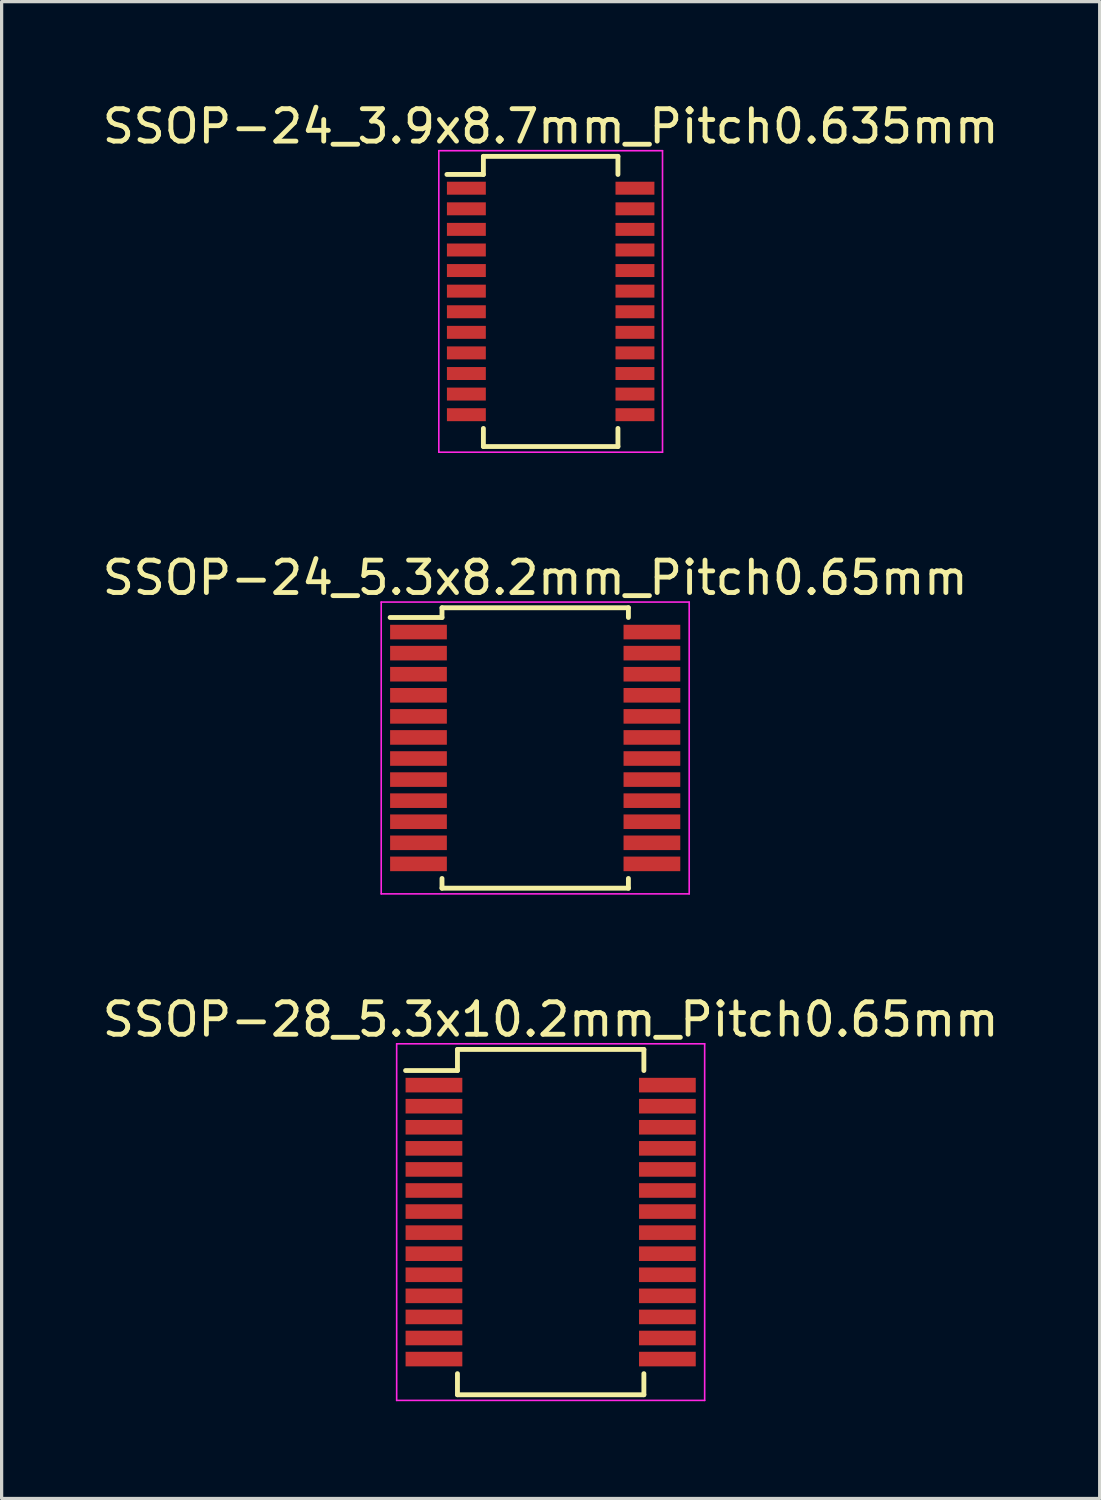
<source format=kicad_pcb>
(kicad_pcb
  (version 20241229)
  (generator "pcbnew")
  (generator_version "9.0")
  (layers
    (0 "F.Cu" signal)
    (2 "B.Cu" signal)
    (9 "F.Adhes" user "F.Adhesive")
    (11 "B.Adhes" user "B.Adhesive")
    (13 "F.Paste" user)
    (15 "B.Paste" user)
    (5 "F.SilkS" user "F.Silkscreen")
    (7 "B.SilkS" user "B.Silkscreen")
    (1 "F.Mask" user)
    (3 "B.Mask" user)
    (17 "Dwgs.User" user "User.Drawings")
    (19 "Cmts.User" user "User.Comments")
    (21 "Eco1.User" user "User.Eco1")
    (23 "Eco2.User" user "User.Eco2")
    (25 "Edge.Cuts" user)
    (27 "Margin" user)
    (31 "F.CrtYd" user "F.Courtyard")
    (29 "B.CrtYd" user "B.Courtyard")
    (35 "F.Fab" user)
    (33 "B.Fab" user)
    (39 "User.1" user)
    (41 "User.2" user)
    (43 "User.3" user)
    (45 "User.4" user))
  (footprint "SSOP-28_5.3x10.2mm_Pitch0.65mm"
    (layer "F.Cu")
    (at 13.935 34.645)
    (property "Reference" "SSOP-28_5.3x10.2mm_Pitch0.65mm" (at 0 -6.25 0) (layer "F.SilkS") (effects (font (size 1 1) (thickness 0.15))))
    (attr smd)
    (fp_line (start -2.875 -5.325) (end -2.875 -4.675) (stroke (width 0.15) (type solid)) (layer "F.SilkS"))
    (fp_line (start -2.875 -5.325) (end 2.875 -5.325) (stroke (width 0.15) (type solid)) (layer "F.SilkS"))
    (fp_line (start -2.875 -4.675) (end -4.475 -4.675) (stroke (width 0.15) (type solid)) (layer "F.SilkS"))
    (fp_line (start -2.875 5.325) (end -2.875 4.675) (stroke (width 0.15) (type solid)) (layer "F.SilkS"))
    (fp_line (start -2.875 5.325) (end 2.875 5.325) (stroke (width 0.15) (type solid)) (layer "F.SilkS"))
    (fp_line (start 2.875 -5.325) (end 2.875 -4.675) (stroke (width 0.15) (type solid)) (layer "F.SilkS"))
    (fp_line (start 2.875 5.325) (end 2.875 4.675) (stroke (width 0.15) (type solid)) (layer "F.SilkS"))
    (fp_line (start -4.75 -5.5) (end -4.75 5.5) (stroke (width 0.05) (type solid)) (layer "F.CrtYd"))
    (fp_line (start -4.75 -5.5) (end 4.75 -5.5) (stroke (width 0.05) (type solid)) (layer "F.CrtYd"))
    (fp_line (start -4.75 5.5) (end 4.75 5.5) (stroke (width 0.05) (type solid)) (layer "F.CrtYd"))
    (fp_line (start 4.75 -5.5) (end 4.75 5.5) (stroke (width 0.05) (type solid)) (layer "F.CrtYd"))
    (pad "1" smd rect (at -3.6 -4.225) (size 1.75 0.45) (layers "F.Cu" "F.Mask" "F.Paste"))
    (pad "2" smd rect (at -3.6 -3.575) (size 1.75 0.45) (layers "F.Cu" "F.Mask" "F.Paste"))
    (pad "3" smd rect (at -3.6 -2.925) (size 1.75 0.45) (layers "F.Cu" "F.Mask" "F.Paste"))
    (pad "4" smd rect (at -3.6 -2.275) (size 1.75 0.45) (layers "F.Cu" "F.Mask" "F.Paste"))
    (pad "5" smd rect (at -3.6 -1.625) (size 1.75 0.45) (layers "F.Cu" "F.Mask" "F.Paste"))
    (pad "6" smd rect (at -3.6 -0.975) (size 1.75 0.45) (layers "F.Cu" "F.Mask" "F.Paste"))
    (pad "7" smd rect (at -3.6 -0.325) (size 1.75 0.45) (layers "F.Cu" "F.Mask" "F.Paste"))
    (pad "8" smd rect (at -3.6 0.325) (size 1.75 0.45) (layers "F.Cu" "F.Mask" "F.Paste"))
    (pad "9" smd rect (at -3.6 0.975) (size 1.75 0.45) (layers "F.Cu" "F.Mask" "F.Paste"))
    (pad "10" smd rect (at -3.6 1.625) (size 1.75 0.45) (layers "F.Cu" "F.Mask" "F.Paste"))
    (pad "11" smd rect (at -3.6 2.275) (size 1.75 0.45) (layers "F.Cu" "F.Mask" "F.Paste"))
    (pad "12" smd rect (at -3.6 2.925) (size 1.75 0.45) (layers "F.Cu" "F.Mask" "F.Paste"))
    (pad "13" smd rect (at -3.6 3.575) (size 1.75 0.45) (layers "F.Cu" "F.Mask" "F.Paste"))
    (pad "14" smd rect (at -3.6 4.225) (size 1.75 0.45) (layers "F.Cu" "F.Mask" "F.Paste"))
    (pad "15" smd rect (at 3.6 4.225) (size 1.75 0.45) (layers "F.Cu" "F.Mask" "F.Paste"))
    (pad "16" smd rect (at 3.6 3.575) (size 1.75 0.45) (layers "F.Cu" "F.Mask" "F.Paste"))
    (pad "17" smd rect (at 3.6 2.925) (size 1.75 0.45) (layers "F.Cu" "F.Mask" "F.Paste"))
    (pad "18" smd rect (at 3.6 2.275) (size 1.75 0.45) (layers "F.Cu" "F.Mask" "F.Paste"))
    (pad "19" smd rect (at 3.6 1.625) (size 1.75 0.45) (layers "F.Cu" "F.Mask" "F.Paste"))
    (pad "20" smd rect (at 3.6 0.975) (size 1.75 0.45) (layers "F.Cu" "F.Mask" "F.Paste"))
    (pad "21" smd rect (at 3.6 0.325) (size 1.75 0.45) (layers "F.Cu" "F.Mask" "F.Paste"))
    (pad "22" smd rect (at 3.6 -0.325) (size 1.75 0.45) (layers "F.Cu" "F.Mask" "F.Paste"))
    (pad "23" smd rect (at 3.6 -0.975) (size 1.75 0.45) (layers "F.Cu" "F.Mask" "F.Paste"))
    (pad "24" smd rect (at 3.6 -1.625) (size 1.75 0.45) (layers "F.Cu" "F.Mask" "F.Paste"))
    (pad "25" smd rect (at 3.6 -2.275) (size 1.75 0.45) (layers "F.Cu" "F.Mask" "F.Paste"))
    (pad "26" smd rect (at 3.6 -2.925) (size 1.75 0.45) (layers "F.Cu" "F.Mask" "F.Paste"))
    (pad "27" smd rect (at 3.6 -3.575) (size 1.75 0.45) (layers "F.Cu" "F.Mask" "F.Paste"))
    (pad "28" smd rect (at 3.6 -4.225) (size 1.75 0.45) (layers "F.Cu" "F.Mask" "F.Paste")))
  (footprint "SSOP-24_3.9x8.7mm_Pitch0.635mm"
    (layer "F.Cu")
    (at 13.935 6.248)
    (property "Reference" "SSOP-24_3.9x8.7mm_Pitch0.635mm" (at 0 -5.4 0) (layer "F.SilkS") (effects (font (size 1 1) (thickness 0.15))))
    (attr smd)
    (fp_line (start -2.075 -4.475) (end -2.075 -3.917) (stroke (width 0.15) (type solid)) (layer "F.SilkS"))
    (fp_line (start -2.075 -4.475) (end 2.075 -4.475) (stroke (width 0.15) (type solid)) (layer "F.SilkS"))
    (fp_line (start -2.075 -3.917) (end -3.2 -3.917) (stroke (width 0.15) (type solid)) (layer "F.SilkS"))
    (fp_line (start -2.075 4.475) (end -2.075 3.917) (stroke (width 0.15) (type solid)) (layer "F.SilkS"))
    (fp_line (start -2.075 4.475) (end 2.075 4.475) (stroke (width 0.15) (type solid)) (layer "F.SilkS"))
    (fp_line (start 2.075 -4.475) (end 2.075 -3.917) (stroke (width 0.15) (type solid)) (layer "F.SilkS"))
    (fp_line (start 2.075 4.475) (end 2.075 3.917) (stroke (width 0.15) (type solid)) (layer "F.SilkS"))
    (fp_line (start -3.45 -4.65) (end -3.45 4.65) (stroke (width 0.05) (type solid)) (layer "F.CrtYd"))
    (fp_line (start -3.45 -4.65) (end 3.45 -4.65) (stroke (width 0.05) (type solid)) (layer "F.CrtYd"))
    (fp_line (start -3.45 4.65) (end 3.45 4.65) (stroke (width 0.05) (type solid)) (layer "F.CrtYd"))
    (fp_line (start 3.45 -4.65) (end 3.45 4.65) (stroke (width 0.05) (type solid)) (layer "F.CrtYd"))
    (pad "1" smd rect (at -2.6 -3.493) (size 1.2 0.4) (layers "F.Cu" "F.Mask" "F.Paste"))
    (pad "2" smd rect (at -2.6 -2.857) (size 1.2 0.4) (layers "F.Cu" "F.Mask" "F.Paste"))
    (pad "3" smd rect (at -2.6 -2.223) (size 1.2 0.4) (layers "F.Cu" "F.Mask" "F.Paste"))
    (pad "4" smd rect (at -2.6 -1.587) (size 1.2 0.4) (layers "F.Cu" "F.Mask" "F.Paste"))
    (pad "5" smd rect (at -2.6 -0.953) (size 1.2 0.4) (layers "F.Cu" "F.Mask" "F.Paste"))
    (pad "6" smd rect (at -2.6 -0.318) (size 1.2 0.4) (layers "F.Cu" "F.Mask" "F.Paste"))
    (pad "7" smd rect (at -2.6 0.318) (size 1.2 0.4) (layers "F.Cu" "F.Mask" "F.Paste"))
    (pad "8" smd rect (at -2.6 0.953) (size 1.2 0.4) (layers "F.Cu" "F.Mask" "F.Paste"))
    (pad "9" smd rect (at -2.6 1.587) (size 1.2 0.4) (layers "F.Cu" "F.Mask" "F.Paste"))
    (pad "10" smd rect (at -2.6 2.223) (size 1.2 0.4) (layers "F.Cu" "F.Mask" "F.Paste"))
    (pad "11" smd rect (at -2.6 2.857) (size 1.2 0.4) (layers "F.Cu" "F.Mask" "F.Paste"))
    (pad "12" smd rect (at -2.6 3.493) (size 1.2 0.4) (layers "F.Cu" "F.Mask" "F.Paste"))
    (pad "13" smd rect (at 2.6 3.493) (size 1.2 0.4) (layers "F.Cu" "F.Mask" "F.Paste"))
    (pad "14" smd rect (at 2.6 2.857) (size 1.2 0.4) (layers "F.Cu" "F.Mask" "F.Paste"))
    (pad "15" smd rect (at 2.6 2.223) (size 1.2 0.4) (layers "F.Cu" "F.Mask" "F.Paste"))
    (pad "16" smd rect (at 2.6 1.587) (size 1.2 0.4) (layers "F.Cu" "F.Mask" "F.Paste"))
    (pad "17" smd rect (at 2.6 0.953) (size 1.2 0.4) (layers "F.Cu" "F.Mask" "F.Paste"))
    (pad "18" smd rect (at 2.6 0.318) (size 1.2 0.4) (layers "F.Cu" "F.Mask" "F.Paste"))
    (pad "19" smd rect (at 2.6 -0.318) (size 1.2 0.4) (layers "F.Cu" "F.Mask" "F.Paste"))
    (pad "20" smd rect (at 2.6 -0.953) (size 1.2 0.4) (layers "F.Cu" "F.Mask" "F.Paste"))
    (pad "21" smd rect (at 2.6 -1.587) (size 1.2 0.4) (layers "F.Cu" "F.Mask" "F.Paste"))
    (pad "22" smd rect (at 2.6 -2.223) (size 1.2 0.4) (layers "F.Cu" "F.Mask" "F.Paste"))
    (pad "23" smd rect (at 2.6 -2.857) (size 1.2 0.4) (layers "F.Cu" "F.Mask" "F.Paste"))
    (pad "24" smd rect (at 2.6 -3.493) (size 1.2 0.4) (layers "F.Cu" "F.Mask" "F.Paste")))
  (footprint "SSOP-24_5.3x8.2mm_Pitch0.65mm"
    (layer "F.Cu")
    (at 13.458 20.021)
    (property "Reference" "SSOP-24_5.3x8.2mm_Pitch0.65mm" (at 0 -5.25 0) (layer "F.SilkS") (effects (font (size 1 1) (thickness 0.15))))
    (attr smd)
    (fp_line (start -2.875 -4.325) (end -2.875 -4.025) (stroke (width 0.15) (type solid)) (layer "F.SilkS"))
    (fp_line (start -2.875 -4.325) (end 2.875 -4.325) (stroke (width 0.15) (type solid)) (layer "F.SilkS"))
    (fp_line (start -2.875 -4.025) (end -4.475 -4.025) (stroke (width 0.15) (type solid)) (layer "F.SilkS"))
    (fp_line (start -2.875 4.325) (end -2.875 4.025) (stroke (width 0.15) (type solid)) (layer "F.SilkS"))
    (fp_line (start -2.875 4.325) (end 2.875 4.325) (stroke (width 0.15) (type solid)) (layer "F.SilkS"))
    (fp_line (start 2.875 -4.325) (end 2.875 -4.025) (stroke (width 0.15) (type solid)) (layer "F.SilkS"))
    (fp_line (start 2.875 4.325) (end 2.875 4.025) (stroke (width 0.15) (type solid)) (layer "F.SilkS"))
    (fp_line (start -4.75 -4.5) (end -4.75 4.5) (stroke (width 0.05) (type solid)) (layer "F.CrtYd"))
    (fp_line (start -4.75 -4.5) (end 4.75 -4.5) (stroke (width 0.05) (type solid)) (layer "F.CrtYd"))
    (fp_line (start -4.75 4.5) (end 4.75 4.5) (stroke (width 0.05) (type solid)) (layer "F.CrtYd"))
    (fp_line (start 4.75 -4.5) (end 4.75 4.5) (stroke (width 0.05) (type solid)) (layer "F.CrtYd"))
    (pad "1" smd rect (at -3.6 -3.575) (size 1.75 0.45) (layers "F.Cu" "F.Mask" "F.Paste"))
    (pad "2" smd rect (at -3.6 -2.925) (size 1.75 0.45) (layers "F.Cu" "F.Mask" "F.Paste"))
    (pad "3" smd rect (at -3.6 -2.275) (size 1.75 0.45) (layers "F.Cu" "F.Mask" "F.Paste"))
    (pad "4" smd rect (at -3.6 -1.625) (size 1.75 0.45) (layers "F.Cu" "F.Mask" "F.Paste"))
    (pad "5" smd rect (at -3.6 -0.975) (size 1.75 0.45) (layers "F.Cu" "F.Mask" "F.Paste"))
    (pad "6" smd rect (at -3.6 -0.325) (size 1.75 0.45) (layers "F.Cu" "F.Mask" "F.Paste"))
    (pad "7" smd rect (at -3.6 0.325) (size 1.75 0.45) (layers "F.Cu" "F.Mask" "F.Paste"))
    (pad "8" smd rect (at -3.6 0.975) (size 1.75 0.45) (layers "F.Cu" "F.Mask" "F.Paste"))
    (pad "9" smd rect (at -3.6 1.625) (size 1.75 0.45) (layers "F.Cu" "F.Mask" "F.Paste"))
    (pad "10" smd rect (at -3.6 2.275) (size 1.75 0.45) (layers "F.Cu" "F.Mask" "F.Paste"))
    (pad "11" smd rect (at -3.6 2.925) (size 1.75 0.45) (layers "F.Cu" "F.Mask" "F.Paste"))
    (pad "12" smd rect (at -3.6 3.575) (size 1.75 0.45) (layers "F.Cu" "F.Mask" "F.Paste"))
    (pad "13" smd rect (at 3.6 3.575) (size 1.75 0.45) (layers "F.Cu" "F.Mask" "F.Paste"))
    (pad "14" smd rect (at 3.6 2.925) (size 1.75 0.45) (layers "F.Cu" "F.Mask" "F.Paste"))
    (pad "15" smd rect (at 3.6 2.275) (size 1.75 0.45) (layers "F.Cu" "F.Mask" "F.Paste"))
    (pad "16" smd rect (at 3.6 1.625) (size 1.75 0.45) (layers "F.Cu" "F.Mask" "F.Paste"))
    (pad "17" smd rect (at 3.6 0.975) (size 1.75 0.45) (layers "F.Cu" "F.Mask" "F.Paste"))
    (pad "18" smd rect (at 3.6 0.325) (size 1.75 0.45) (layers "F.Cu" "F.Mask" "F.Paste"))
    (pad "19" smd rect (at 3.6 -0.325) (size 1.75 0.45) (layers "F.Cu" "F.Mask" "F.Paste"))
    (pad "20" smd rect (at 3.6 -0.975) (size 1.75 0.45) (layers "F.Cu" "F.Mask" "F.Paste"))
    (pad "21" smd rect (at 3.6 -1.625) (size 1.75 0.45) (layers "F.Cu" "F.Mask" "F.Paste"))
    (pad "22" smd rect (at 3.6 -2.275) (size 1.75 0.45) (layers "F.Cu" "F.Mask" "F.Paste"))
    (pad "23" smd rect (at 3.6 -2.925) (size 1.75 0.45) (layers "F.Cu" "F.Mask" "F.Paste"))
    (pad "24" smd rect (at 3.6 -3.575) (size 1.75 0.45) (layers "F.Cu" "F.Mask" "F.Paste")))
  (gr_rect
    (start -3 -3)
    (end 30.869 43.17)
    (stroke (width 0.1) (type default))
    (fill no)
    (layer "Edge.Cuts")))
</source>
